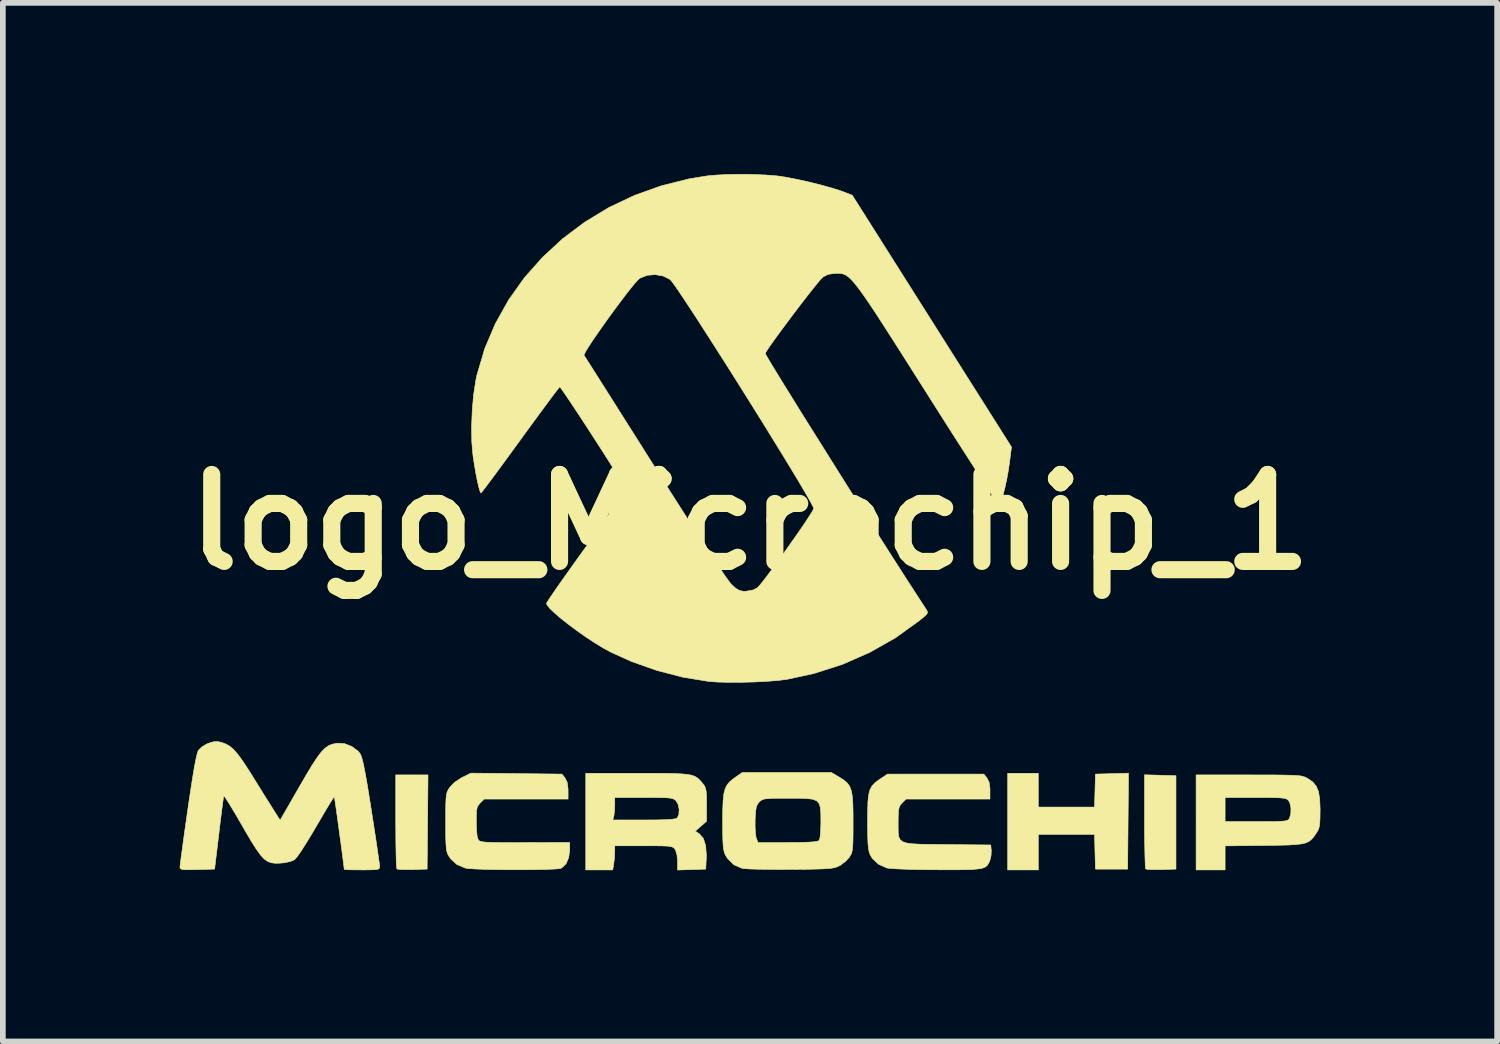
<source format=kicad_pcb>
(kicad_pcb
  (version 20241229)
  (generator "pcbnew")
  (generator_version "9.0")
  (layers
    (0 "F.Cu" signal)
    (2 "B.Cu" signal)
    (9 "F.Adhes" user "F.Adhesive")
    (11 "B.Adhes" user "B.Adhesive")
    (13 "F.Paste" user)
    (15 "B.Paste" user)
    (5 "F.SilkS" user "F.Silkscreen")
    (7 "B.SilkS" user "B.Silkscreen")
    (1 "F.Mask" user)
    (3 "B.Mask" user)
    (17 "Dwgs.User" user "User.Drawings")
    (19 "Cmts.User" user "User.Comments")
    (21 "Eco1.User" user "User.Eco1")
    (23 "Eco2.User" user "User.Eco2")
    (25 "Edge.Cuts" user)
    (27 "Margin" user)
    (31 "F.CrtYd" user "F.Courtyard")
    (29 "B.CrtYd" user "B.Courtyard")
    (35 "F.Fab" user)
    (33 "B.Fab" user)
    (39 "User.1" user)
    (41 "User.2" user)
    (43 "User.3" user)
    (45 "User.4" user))
  (footprint "logo_Microchip_1"
    (layer "F.Cu")
    (at 10.095 6.1)
    (property "Reference" "logo_Microchip_1" (at 0 0 0) (layer "F.SilkS") (effects (font (size 1.524 1.524) (thickness 0.3))))
    (attr through_hole)
    (fp_poly (pts (xy 6.618 6.082) (xy 6.054 6.082) (xy 6.046 5.779) (xy 6.038 5.475) (xy 5.052 5.475) (xy 5.052 6.096) (xy 4.516 6.096) (xy 4.516 4.403) (xy 5.052 4.403) (xy 5.052 4.995) (xy 6.038 4.995) (xy 6.054 4.417) (xy 6.343 4.409) (xy 6.633 4.401) (xy 6.618 6.082)) (stroke (width 0.01) (type solid)) (fill yes) (layer "F.SilkS"))
    (fp_poly (pts (xy -5.651 5.256) (xy -5.659 6.082) (xy -5.914 6.09) (xy -6.029 6.091) (xy -6.122 6.089) (xy -6.179 6.082) (xy -6.189 6.078) (xy -6.194 6.046) (xy -6.199 5.964) (xy -6.203 5.841) (xy -6.206 5.683) (xy -6.208 5.498) (xy -6.209 5.292) (xy -6.209 5.245) (xy -6.209 4.431) (xy -5.644 4.431) (xy -5.651 5.256)) (stroke (width 0.01) (type solid)) (fill yes) (layer "F.SilkS"))
    (fp_poly (pts (xy 7.19 4.437) (xy 7.465 4.445) (xy 7.465 6.082) (xy 7.209 6.09) (xy 7.094 6.091) (xy 7.001 6.089) (xy 6.945 6.082) (xy 6.934 6.078) (xy 6.929 6.046) (xy 6.925 5.964) (xy 6.921 5.841) (xy 6.918 5.683) (xy 6.915 5.498) (xy 6.914 5.292) (xy 6.914 5.244) (xy 6.914 4.429) (xy 7.19 4.437)) (stroke (width 0.01) (type solid)) (fill yes) (layer "F.SilkS"))
    (fp_poly (pts (xy 8.742 4.431) (xy 8.995 4.432) (xy 9.198 4.432) (xy 9.357 4.434) (xy 9.479 4.437) (xy 9.57 4.441) (xy 9.637 4.447) (xy 9.686 4.456) (xy 9.723 4.468) (xy 9.754 4.483) (xy 9.776 4.495) (xy 9.863 4.556) (xy 9.924 4.629) (xy 9.963 4.725) (xy 9.984 4.855) (xy 9.991 5.028) (xy 9.991 5.054) (xy 9.989 5.193) (xy 9.984 5.289) (xy 9.972 5.356) (xy 9.952 5.407) (xy 9.927 5.447) (xy 9.884 5.51) (xy 9.843 5.558) (xy 9.798 5.595) (xy 9.741 5.622) (xy 9.665 5.64) (xy 9.562 5.652) (xy 9.425 5.66) (xy 9.246 5.664) (xy 9.019 5.667) (xy 9.015 5.667) (xy 8.326 5.675) (xy 8.326 6.096) (xy 7.818 6.096) (xy 7.818 4.826) (xy 8.326 4.826) (xy 8.326 5.249) (xy 8.875 5.249) (xy 9.065 5.249) (xy 9.206 5.248) (xy 9.306 5.244) (xy 9.373 5.238) (xy 9.414 5.229) (xy 9.438 5.216) (xy 9.452 5.197) (xy 9.453 5.195) (xy 9.478 5.11) (xy 9.48 5.009) (xy 9.46 4.919) (xy 9.436 4.878) (xy 9.415 4.859) (xy 9.383 4.846) (xy 9.334 4.837) (xy 9.258 4.831) (xy 9.147 4.828) (xy 8.994 4.826) (xy 8.857 4.826) (xy 8.326 4.826) (xy 7.818 4.826) (xy 7.818 4.431) (xy 8.742 4.431)) (stroke (width 0.01) (type solid)) (fill yes) (layer "F.SilkS"))
    (fp_poly (pts (xy 4.151 4.483) (xy 4.19 4.56) (xy 4.205 4.671) (xy 4.205 4.702) (xy 4.205 4.854) (xy 2.735 4.854) (xy 2.666 4.923) (xy 2.633 4.961) (xy 2.613 5.002) (xy 2.602 5.061) (xy 2.597 5.152) (xy 2.596 5.259) (xy 2.596 5.368) (xy 2.598 5.454) (xy 2.608 5.52) (xy 2.632 5.569) (xy 2.677 5.603) (xy 2.747 5.626) (xy 2.85 5.639) (xy 2.99 5.646) (xy 3.173 5.649) (xy 3.406 5.651) (xy 3.457 5.652) (xy 4.219 5.659) (xy 4.228 5.754) (xy 4.224 5.848) (xy 4.203 5.931) (xy 4.183 5.978) (xy 4.159 6.015) (xy 4.127 6.043) (xy 4.079 6.064) (xy 4.01 6.078) (xy 3.912 6.087) (xy 3.78 6.092) (xy 3.607 6.094) (xy 3.386 6.094) (xy 3.275 6.093) (xy 3.065 6.092) (xy 2.87 6.088) (xy 2.698 6.083) (xy 2.556 6.077) (xy 2.454 6.07) (xy 2.4 6.063) (xy 2.4 6.063) (xy 2.251 5.996) (xy 2.142 5.893) (xy 2.106 5.831) (xy 2.088 5.783) (xy 2.076 5.718) (xy 2.067 5.628) (xy 2.063 5.504) (xy 2.06 5.335) (xy 2.06 5.245) (xy 2.062 5.044) (xy 2.067 4.891) (xy 2.08 4.775) (xy 2.103 4.689) (xy 2.139 4.623) (xy 2.19 4.569) (xy 2.26 4.516) (xy 2.29 4.496) (xy 2.409 4.417) (xy 4.097 4.417) (xy 4.151 4.483)) (stroke (width 0.01) (type solid)) (fill yes) (layer "F.SilkS"))
    (fp_poly (pts (xy -4.094 4.408) (xy -3.297 4.417) (xy -3.243 4.483) (xy -3.205 4.56) (xy -3.19 4.671) (xy -3.189 4.702) (xy -3.189 4.854) (xy -4.659 4.854) (xy -4.729 4.923) (xy -4.761 4.961) (xy -4.782 5.002) (xy -4.793 5.062) (xy -4.797 5.153) (xy -4.798 5.257) (xy -4.793 5.41) (xy -4.781 5.517) (xy -4.762 5.57) (xy -4.747 5.585) (xy -4.722 5.596) (xy -4.682 5.605) (xy -4.618 5.611) (xy -4.526 5.615) (xy -4.398 5.617) (xy -4.228 5.618) (xy -4.01 5.617) (xy -3.943 5.617) (xy -3.161 5.615) (xy -3.161 5.744) (xy -3.178 5.88) (xy -3.225 5.989) (xy -3.298 6.059) (xy -3.319 6.069) (xy -3.369 6.077) (xy -3.466 6.083) (xy -3.601 6.088) (xy -3.764 6.091) (xy -3.947 6.093) (xy -4.14 6.093) (xy -4.333 6.092) (xy -4.519 6.089) (xy -4.686 6.085) (xy -4.827 6.079) (xy -4.932 6.072) (xy -4.991 6.064) (xy -4.992 6.063) (xy -5.136 6.002) (xy -5.241 5.908) (xy -5.277 5.857) (xy -5.298 5.819) (xy -5.313 5.776) (xy -5.323 5.717) (xy -5.329 5.635) (xy -5.333 5.52) (xy -5.334 5.363) (xy -5.334 5.26) (xy -5.334 5.079) (xy -5.332 4.945) (xy -5.328 4.849) (xy -5.321 4.781) (xy -5.309 4.733) (xy -5.291 4.694) (xy -5.267 4.656) (xy -5.264 4.651) (xy -5.179 4.562) (xy -5.06 4.483) (xy -5.042 4.474) (xy -4.891 4.4) (xy -4.094 4.408)) (stroke (width 0.01) (type solid)) (fill yes) (layer "F.SilkS"))
    (fp_poly (pts (xy -1.711 4.403) (xy -1.498 4.404) (xy -1.329 4.407) (xy -1.197 4.413) (xy -1.097 4.423) (xy -1.022 4.437) (xy -0.966 4.457) (xy -0.922 4.484) (xy -0.884 4.519) (xy -0.846 4.562) (xy -0.836 4.573) (xy -0.802 4.617) (xy -0.781 4.661) (xy -0.769 4.718) (xy -0.763 4.803) (xy -0.762 4.929) (xy -0.762 4.952) (xy -0.762 5.243) (xy -0.861 5.33) (xy -0.96 5.417) (xy -0.889 5.463) (xy -0.819 5.543) (xy -0.778 5.67) (xy -0.765 5.843) (xy -0.767 5.898) (xy -0.776 6.082) (xy -1.023 6.09) (xy -1.27 6.098) (xy -1.27 5.948) (xy -1.28 5.835) (xy -1.305 5.75) (xy -1.314 5.735) (xy -1.332 5.713) (xy -1.355 5.697) (xy -1.392 5.686) (xy -1.45 5.679) (xy -1.54 5.675) (xy -1.668 5.673) (xy -1.843 5.673) (xy -1.864 5.673) (xy -2.371 5.673) (xy -2.371 5.779) (xy -2.376 5.884) (xy -2.389 5.99) (xy -2.389 5.99) (xy -2.406 6.096) (xy -2.879 6.096) (xy -2.879 5.221) (xy -2.405 5.221) (xy -1.857 5.221) (xy -1.644 5.22) (xy -1.482 5.216) (xy -1.37 5.209) (xy -1.301 5.198) (xy -1.276 5.187) (xy -1.247 5.125) (xy -1.242 5.036) (xy -1.261 4.947) (xy -1.298 4.882) (xy -1.322 4.862) (xy -1.353 4.848) (xy -1.4 4.837) (xy -1.471 4.831) (xy -1.576 4.828) (xy -1.721 4.826) (xy -1.863 4.826) (xy -2.371 4.826) (xy -2.371 4.96) (xy -2.375 5.055) (xy -2.384 5.136) (xy -2.388 5.158) (xy -2.405 5.221) (xy -2.879 5.221) (xy -2.879 4.403) (xy -1.974 4.403) (xy -1.711 4.403)) (stroke (width 0.01) (type solid)) (fill yes) (layer "F.SilkS"))
    (fp_poly (pts (xy 1.557 4.466) (xy 1.638 4.517) (xy 1.699 4.567) (xy 1.743 4.626) (xy 1.773 4.701) (xy 1.792 4.801) (xy 1.802 4.935) (xy 1.806 5.112) (xy 1.806 5.256) (xy 1.806 5.44) (xy 1.804 5.578) (xy 1.8 5.677) (xy 1.793 5.747) (xy 1.782 5.796) (xy 1.765 5.834) (xy 1.743 5.87) (xy 1.743 5.871) (xy 1.675 5.945) (xy 1.588 6.011) (xy 1.566 6.023) (xy 1.529 6.041) (xy 1.488 6.055) (xy 1.437 6.065) (xy 1.368 6.073) (xy 1.274 6.078) (xy 1.147 6.082) (xy 0.981 6.085) (xy 0.767 6.087) (xy 0.706 6.087) (xy 0.5 6.088) (xy 0.31 6.086) (xy 0.141 6.084) (xy 0.005 6.08) (xy -0.092 6.074) (xy -0.138 6.069) (xy -0.282 6.006) (xy -0.393 5.897) (xy -0.428 5.842) (xy -0.447 5.799) (xy -0.461 5.747) (xy -0.47 5.677) (xy -0.476 5.58) (xy -0.479 5.446) (xy -0.479 5.337) (xy 0.089 5.337) (xy 0.094 5.446) (xy 0.105 5.524) (xy 0.11 5.539) (xy 0.14 5.616) (xy 0.657 5.616) (xy 0.865 5.615) (xy 1.021 5.61) (xy 1.128 5.603) (xy 1.19 5.591) (xy 1.208 5.582) (xy 1.226 5.534) (xy 1.237 5.433) (xy 1.242 5.284) (xy 1.242 5.261) (xy 1.241 5.118) (xy 1.234 5.011) (xy 1.213 4.936) (xy 1.172 4.887) (xy 1.102 4.858) (xy 0.997 4.845) (xy 0.849 4.84) (xy 0.681 4.84) (xy 0.51 4.84) (xy 0.387 4.842) (xy 0.302 4.847) (xy 0.245 4.855) (xy 0.208 4.869) (xy 0.18 4.889) (xy 0.163 4.904) (xy 0.131 4.944) (xy 0.11 4.994) (xy 0.098 5.069) (xy 0.091 5.183) (xy 0.089 5.215) (xy 0.089 5.337) (xy -0.479 5.337) (xy -0.48 5.265) (xy -0.48 5.25) (xy -0.478 5.043) (xy -0.472 4.884) (xy -0.459 4.764) (xy -0.436 4.674) (xy -0.401 4.604) (xy -0.352 4.547) (xy -0.285 4.493) (xy -0.259 4.474) (xy -0.136 4.389) (xy 1.425 4.389) (xy 1.557 4.466)) (stroke (width 0.01) (type solid)) (fill yes) (layer "F.SilkS"))
    (fp_poly (pts (xy -9.257 3.863) (xy -9.183 3.891) (xy -9.115 3.931) (xy -9.048 3.989) (xy -8.975 4.073) (xy -8.891 4.188) (xy -8.79 4.342) (xy -8.702 4.482) (xy -8.607 4.635) (xy -8.515 4.784) (xy -8.432 4.915) (xy -8.367 5.019) (xy -8.332 5.075) (xy -8.236 5.226) (xy -7.89 4.625) (xy -7.768 4.415) (xy -7.668 4.25) (xy -7.585 4.124) (xy -7.514 4.03) (xy -7.45 3.965) (xy -7.389 3.921) (xy -7.326 3.894) (xy -7.255 3.879) (xy -7.232 3.875) (xy -7.107 3.883) (xy -6.979 3.933) (xy -6.871 4.014) (xy -6.835 4.056) (xy -6.817 4.093) (xy -6.797 4.154) (xy -6.775 4.246) (xy -6.75 4.373) (xy -6.719 4.541) (xy -6.684 4.754) (xy -6.642 5.017) (xy -6.636 5.057) (xy -6.601 5.281) (xy -6.569 5.489) (xy -6.541 5.673) (xy -6.519 5.828) (xy -6.502 5.945) (xy -6.493 6.018) (xy -6.491 6.038) (xy -6.494 6.063) (xy -6.511 6.08) (xy -6.55 6.09) (xy -6.622 6.094) (xy -6.736 6.096) (xy -6.802 6.096) (xy -6.926 6.095) (xy -7.027 6.094) (xy -7.093 6.091) (xy -7.112 6.089) (xy -7.116 6.05) (xy -7.126 5.966) (xy -7.142 5.848) (xy -7.16 5.705) (xy -7.182 5.547) (xy -7.204 5.383) (xy -7.226 5.224) (xy -7.246 5.077) (xy -7.264 4.954) (xy -7.277 4.864) (xy -7.285 4.817) (xy -7.286 4.812) (xy -7.302 4.832) (xy -7.342 4.895) (xy -7.402 4.993) (xy -7.477 5.119) (xy -7.564 5.267) (xy -7.605 5.337) (xy -7.704 5.505) (xy -7.796 5.654) (xy -7.875 5.777) (xy -7.938 5.866) (xy -7.98 5.914) (xy -7.986 5.919) (xy -8.055 5.948) (xy -8.157 5.97) (xy -8.227 5.977) (xy -8.313 5.98) (xy -8.386 5.972) (xy -8.451 5.949) (xy -8.514 5.905) (xy -8.579 5.835) (xy -8.652 5.733) (xy -8.74 5.595) (xy -8.846 5.415) (xy -8.904 5.314) (xy -8.994 5.158) (xy -9.075 5.023) (xy -9.142 4.913) (xy -9.191 4.837) (xy -9.219 4.8) (xy -9.224 4.798) (xy -9.229 4.832) (xy -9.241 4.914) (xy -9.257 5.036) (xy -9.276 5.188) (xy -9.298 5.363) (xy -9.308 5.453) (xy -9.384 6.082) (xy -9.687 6.09) (xy -9.822 6.093) (xy -9.909 6.092) (xy -9.96 6.085) (xy -9.984 6.072) (xy -9.991 6.051) (xy -9.991 6.045) (xy -9.987 6.006) (xy -9.976 5.917) (xy -9.958 5.787) (xy -9.936 5.621) (xy -9.909 5.426) (xy -9.878 5.21) (xy -9.853 5.033) (xy -9.809 4.734) (xy -9.771 4.49) (xy -9.739 4.297) (xy -9.711 4.153) (xy -9.688 4.056) (xy -9.67 4.003) (xy -9.667 3.999) (xy -9.611 3.944) (xy -9.528 3.893) (xy -9.494 3.878) (xy -9.402 3.849) (xy -9.328 3.847) (xy -9.257 3.863)) (stroke (width 0.01) (type solid)) (fill yes) (layer "F.SilkS"))
    (fp_poly (pts (xy 0.075 -6.092) (xy 0.291 -6.082) (xy 0.476 -6.067) (xy 0.494 -6.065) (xy 0.648 -6.041) (xy 0.835 -6.004) (xy 1.038 -5.959) (xy 1.242 -5.908) (xy 1.429 -5.856) (xy 1.583 -5.808) (xy 1.637 -5.788) (xy 1.792 -5.728) (xy 4.582 -1.316) (xy 4.548 -1.046) (xy 4.527 -0.902) (xy 4.5 -0.754) (xy 4.469 -0.611) (xy 4.437 -0.484) (xy 4.406 -0.383) (xy 4.38 -0.319) (xy 4.362 -0.3) (xy 4.343 -0.324) (xy 4.297 -0.392) (xy 4.224 -0.501) (xy 4.129 -0.646) (xy 4.013 -0.826) (xy 3.878 -1.035) (xy 3.726 -1.271) (xy 3.561 -1.529) (xy 3.384 -1.807) (xy 3.197 -2.101) (xy 3.105 -2.247) (xy 2.873 -2.612) (xy 2.67 -2.933) (xy 2.492 -3.212) (xy 2.338 -3.452) (xy 2.206 -3.656) (xy 2.092 -3.827) (xy 1.996 -3.967) (xy 1.914 -4.081) (xy 1.845 -4.17) (xy 1.786 -4.238) (xy 1.735 -4.288) (xy 1.691 -4.321) (xy 1.649 -4.343) (xy 1.609 -4.354) (xy 1.569 -4.359) (xy 1.525 -4.36) (xy 1.5 -4.36) (xy 1.368 -4.342) (xy 1.279 -4.296) (xy 1.244 -4.261) (xy 1.181 -4.187) (xy 1.096 -4.081) (xy 0.995 -3.953) (xy 0.883 -3.808) (xy 0.766 -3.654) (xy 0.65 -3.499) (xy 0.539 -3.35) (xy 0.44 -3.214) (xy 0.358 -3.099) (xy 0.299 -3.012) (xy 0.269 -2.961) (xy 0.267 -2.956) (xy 0.28 -2.929) (xy 0.321 -2.858) (xy 0.387 -2.747) (xy 0.477 -2.6) (xy 0.586 -2.422) (xy 0.714 -2.216) (xy 0.857 -1.985) (xy 1.013 -1.735) (xy 1.18 -1.469) (xy 1.355 -1.19) (xy 1.535 -0.903) (xy 1.718 -0.612) (xy 1.902 -0.321) (xy 2.084 -0.033) (xy 2.262 0.247) (xy 2.433 0.516) (xy 2.595 0.769) (xy 2.745 1.003) (xy 2.881 1.213) (xy 3 1.396) (xy 3.084 1.525) (xy 3.106 1.562) (xy 3.109 1.593) (xy 3.085 1.627) (xy 3.029 1.677) (xy 2.969 1.725) (xy 2.551 2.027) (xy 2.099 2.283) (xy 1.621 2.493) (xy 1.119 2.654) (xy 0.649 2.756) (xy 0.495 2.775) (xy 0.3 2.791) (xy 0.08 2.802) (xy -0.147 2.808) (xy -0.368 2.809) (xy -0.564 2.804) (xy -0.722 2.793) (xy -0.727 2.792) (xy -1.175 2.719) (xy -1.631 2.601) (xy -2.075 2.444) (xy -2.435 2.282) (xy -2.571 2.208) (xy -2.72 2.117) (xy -2.877 2.014) (xy -3.033 1.904) (xy -3.182 1.793) (xy -3.316 1.687) (xy -3.428 1.591) (xy -3.512 1.51) (xy -3.559 1.449) (xy -3.567 1.424) (xy -3.55 1.393) (xy -3.503 1.322) (xy -3.431 1.216) (xy -3.337 1.081) (xy -3.224 0.921) (xy -3.097 0.742) (xy -2.958 0.549) (xy -2.953 0.542) (xy -2.813 0.347) (xy -2.683 0.163) (xy -2.566 -0.003) (xy -2.467 -0.147) (xy -2.389 -0.262) (xy -2.336 -0.343) (xy -2.313 -0.383) (xy -2.287 -0.501) (xy -2.284 -0.636) (xy -2.304 -0.762) (xy -2.326 -0.822) (xy -2.354 -0.872) (xy -2.407 -0.959) (xy -2.48 -1.075) (xy -2.568 -1.214) (xy -2.668 -1.369) (xy -2.774 -1.533) (xy -2.882 -1.7) (xy -2.988 -1.862) (xy -3.088 -2.013) (xy -3.176 -2.145) (xy -3.249 -2.253) (xy -3.302 -2.329) (xy -3.33 -2.367) (xy -3.334 -2.37) (xy -3.354 -2.348) (xy -3.403 -2.285) (xy -3.478 -2.186) (xy -3.575 -2.055) (xy -3.691 -1.898) (xy -3.822 -1.719) (xy -3.965 -1.524) (xy -4.025 -1.44) (xy -4.172 -1.239) (xy -4.308 -1.052) (xy -4.43 -0.886) (xy -4.535 -0.744) (xy -4.62 -0.631) (xy -4.68 -0.552) (xy -4.712 -0.513) (xy -4.716 -0.509) (xy -4.731 -0.535) (xy -4.752 -0.606) (xy -4.777 -0.712) (xy -4.803 -0.842) (xy -4.828 -0.987) (xy -4.851 -1.136) (xy -4.856 -1.171) (xy -4.876 -1.402) (xy -4.88 -1.667) (xy -4.869 -1.946) (xy -4.846 -2.219) (xy -4.809 -2.467) (xy -4.788 -2.571) (xy -4.684 -2.922) (xy -2.909 -2.922) (xy -2.891 -2.894) (xy -2.845 -2.822) (xy -2.773 -2.71) (xy -2.678 -2.56) (xy -2.563 -2.378) (xy -2.428 -2.165) (xy -2.278 -1.927) (xy -2.113 -1.666) (xy -1.936 -1.387) (xy -1.75 -1.092) (xy -1.667 -0.96) (xy -1.42 -0.568) (xy -1.195 -0.215) (xy -0.994 0.099) (xy -0.817 0.373) (xy -0.665 0.605) (xy -0.539 0.794) (xy -0.44 0.939) (xy -0.369 1.039) (xy -0.326 1.092) (xy -0.324 1.094) (xy -0.247 1.163) (xy -0.185 1.199) (xy -0.118 1.213) (xy -0.081 1.214) (xy 0.055 1.19) (xy 0.128 1.152) (xy 0.162 1.117) (xy 0.223 1.042) (xy 0.305 0.936) (xy 0.402 0.805) (xy 0.51 0.657) (xy 0.623 0.5) (xy 0.736 0.34) (xy 0.844 0.186) (xy 0.941 0.045) (xy 1.021 -0.076) (xy 1.081 -0.17) (xy 1.114 -0.229) (xy 1.117 -0.236) (xy 1.106 -0.268) (xy 1.067 -0.343) (xy 1.002 -0.457) (xy 0.915 -0.606) (xy 0.809 -0.785) (xy 0.685 -0.99) (xy 0.547 -1.216) (xy 0.397 -1.459) (xy 0.239 -1.716) (xy 0.074 -1.98) (xy -0.095 -2.25) (xy -0.264 -2.519) (xy -0.431 -2.783) (xy -0.594 -3.039) (xy -0.75 -3.282) (xy -0.895 -3.508) (xy -1.028 -3.712) (xy -1.145 -3.89) (xy -1.244 -4.038) (xy -1.322 -4.151) (xy -1.377 -4.225) (xy -1.404 -4.254) (xy -1.522 -4.313) (xy -1.662 -4.337) (xy -1.804 -4.325) (xy -1.927 -4.276) (xy -1.94 -4.267) (xy -1.982 -4.226) (xy -2.048 -4.149) (xy -2.133 -4.044) (xy -2.231 -3.916) (xy -2.338 -3.773) (xy -2.449 -3.622) (xy -2.558 -3.47) (xy -2.661 -3.323) (xy -2.753 -3.19) (xy -2.828 -3.076) (xy -2.881 -2.989) (xy -2.908 -2.935) (xy -2.909 -2.922) (xy -4.684 -2.922) (xy -4.652 -3.034) (xy -4.465 -3.474) (xy -4.232 -3.891) (xy -3.956 -4.28) (xy -3.638 -4.639) (xy -3.284 -4.966) (xy -2.895 -5.258) (xy -2.476 -5.512) (xy -2.029 -5.724) (xy -1.557 -5.893) (xy -1.065 -6.016) (xy -0.753 -6.067) (xy -0.586 -6.082) (xy -0.381 -6.092) (xy -0.155 -6.095) (xy 0.075 -6.092)) (stroke (width 0.01) (type solid)) (fill yes) (layer "F.SilkS")))
  (gr_rect
    (start -3 -3)
    (end 23.189 15.203)
    (stroke (width 0.1) (type default))
    (fill no)
    (layer "Edge.Cuts")))
</source>
